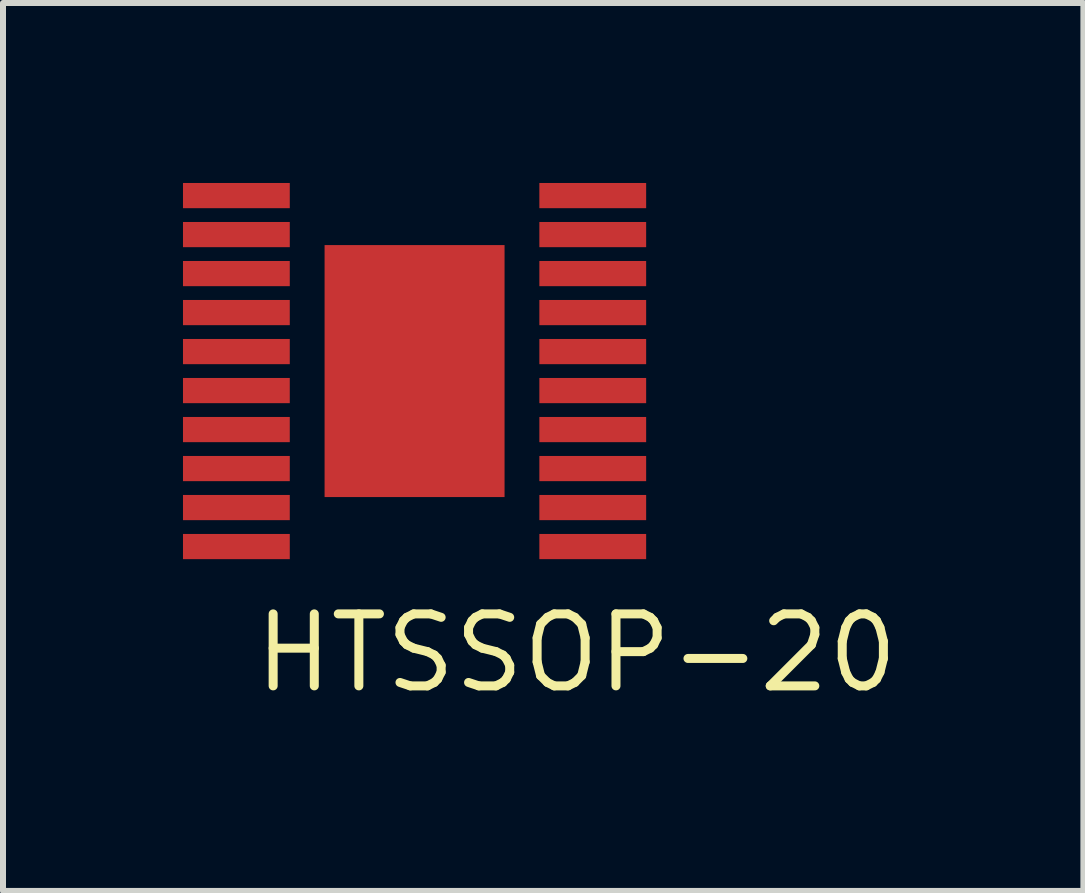
<source format=kicad_pcb>
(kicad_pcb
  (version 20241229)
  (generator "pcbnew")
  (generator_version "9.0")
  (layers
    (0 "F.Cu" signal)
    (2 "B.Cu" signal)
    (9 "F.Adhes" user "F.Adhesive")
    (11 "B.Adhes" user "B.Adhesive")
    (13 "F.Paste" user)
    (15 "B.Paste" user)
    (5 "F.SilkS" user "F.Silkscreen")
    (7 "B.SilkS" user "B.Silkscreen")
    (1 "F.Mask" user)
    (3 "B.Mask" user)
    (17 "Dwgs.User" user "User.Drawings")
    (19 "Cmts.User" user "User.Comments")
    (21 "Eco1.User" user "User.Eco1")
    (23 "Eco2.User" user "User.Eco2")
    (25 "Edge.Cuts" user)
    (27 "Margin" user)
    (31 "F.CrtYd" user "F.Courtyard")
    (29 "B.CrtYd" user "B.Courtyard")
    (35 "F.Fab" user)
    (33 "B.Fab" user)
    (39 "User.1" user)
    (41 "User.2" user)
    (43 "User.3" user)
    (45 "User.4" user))
  (footprint "HTSSOP-20"
    (layer "F.Cu")
    (at 3.86 3.135)
    (property "Reference" "HTSSOP-20" (at 2.7 4.7 180) (layer "F.SilkS") (effects (font (size 1.2 1.2) (thickness 0.15))))
    (attr through_hole)
    (pad "1" smd rect (at -2.97 -2.925) (size 1.78 0.42) (layers "F.Cu" "F.Mask" "F.Paste"))
    (pad "2" smd rect (at -2.97 -2.275) (size 1.78 0.42) (layers "F.Cu" "F.Mask" "F.Paste"))
    (pad "3" smd rect (at -2.97 -1.625) (size 1.78 0.42) (layers "F.Cu" "F.Mask" "F.Paste"))
    (pad "4" smd rect (at -2.97 -0.975) (size 1.78 0.42) (layers "F.Cu" "F.Mask" "F.Paste"))
    (pad "5" smd rect (at -2.97 -0.325) (size 1.78 0.42) (layers "F.Cu" "F.Mask" "F.Paste"))
    (pad "6" smd rect (at -2.97 0.325) (size 1.78 0.42) (layers "F.Cu" "F.Mask" "F.Paste"))
    (pad "7" smd rect (at -2.97 0.975) (size 1.78 0.42) (layers "F.Cu" "F.Mask" "F.Paste"))
    (pad "8" smd rect (at -2.97 1.625) (size 1.78 0.42) (layers "F.Cu" "F.Mask" "F.Paste"))
    (pad "9" smd rect (at -2.97 2.275) (size 1.78 0.42) (layers "F.Cu" "F.Mask" "F.Paste"))
    (pad "10" smd rect (at -2.97 2.925) (size 1.78 0.42) (layers "F.Cu" "F.Mask" "F.Paste"))
    (pad "11" smd rect (at 2.97 2.925) (size 1.78 0.42) (layers "F.Cu" "F.Mask" "F.Paste"))
    (pad "12" smd rect (at 2.97 2.275) (size 1.78 0.42) (layers "F.Cu" "F.Mask" "F.Paste"))
    (pad "13" smd rect (at 2.97 1.625) (size 1.78 0.42) (layers "F.Cu" "F.Mask" "F.Paste"))
    (pad "14" smd rect (at 2.97 0.975) (size 1.78 0.42) (layers "F.Cu" "F.Mask" "F.Paste"))
    (pad "15" smd rect (at 2.97 0.325) (size 1.78 0.42) (layers "F.Cu" "F.Mask" "F.Paste"))
    (pad "16" smd rect (at 2.97 -0.325) (size 1.78 0.42) (layers "F.Cu" "F.Mask" "F.Paste"))
    (pad "17" smd rect (at 2.97 -0.975) (size 1.78 0.42) (layers "F.Cu" "F.Mask" "F.Paste"))
    (pad "18" smd rect (at 2.97 -1.625) (size 1.78 0.42) (layers "F.Cu" "F.Mask" "F.Paste"))
    (pad "19" smd rect (at 2.97 -2.275) (size 1.78 0.42) (layers "F.Cu" "F.Mask" "F.Paste"))
    (pad "20" smd rect (at 2.97 -2.925) (size 1.78 0.42) (layers "F.Cu" "F.Mask" "F.Paste"))
    (pad "EP" smd rect (at 0 0) (size 3 4.2) (layers "F.Cu" "F.Mask" "F.Paste")))
  (gr_rect
    (start -3 -3)
    (end 15.008 11.8)
    (stroke (width 0.1) (type default))
    (fill no)
    (layer "Edge.Cuts")))
</source>
